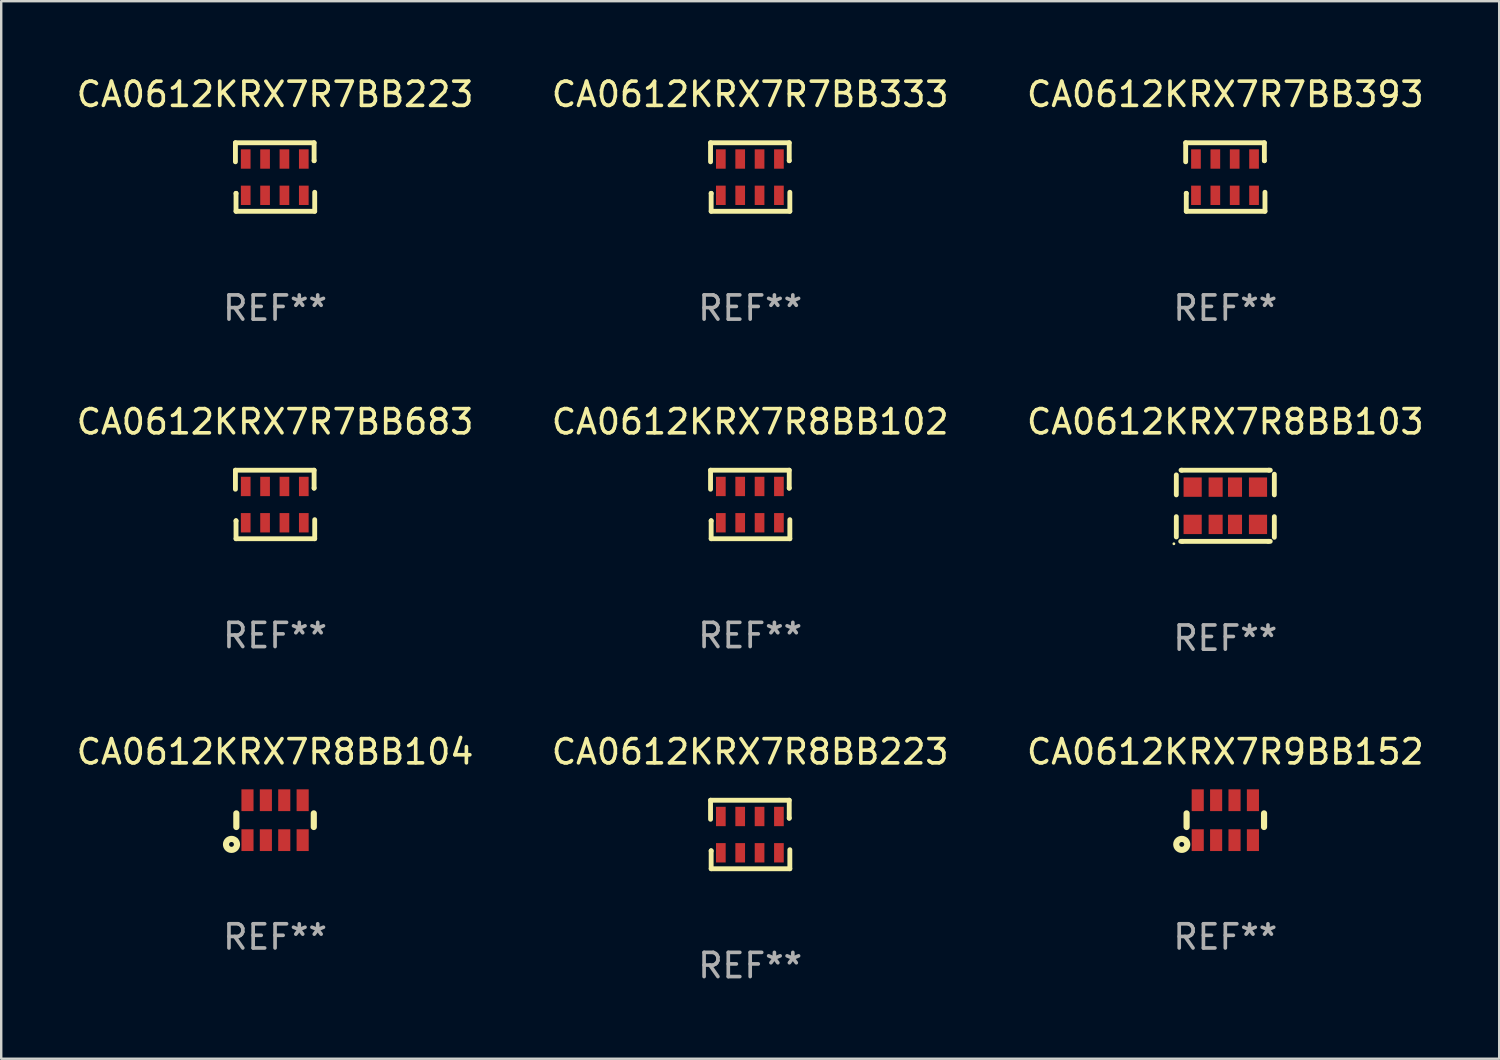
<source format=kicad_pcb>
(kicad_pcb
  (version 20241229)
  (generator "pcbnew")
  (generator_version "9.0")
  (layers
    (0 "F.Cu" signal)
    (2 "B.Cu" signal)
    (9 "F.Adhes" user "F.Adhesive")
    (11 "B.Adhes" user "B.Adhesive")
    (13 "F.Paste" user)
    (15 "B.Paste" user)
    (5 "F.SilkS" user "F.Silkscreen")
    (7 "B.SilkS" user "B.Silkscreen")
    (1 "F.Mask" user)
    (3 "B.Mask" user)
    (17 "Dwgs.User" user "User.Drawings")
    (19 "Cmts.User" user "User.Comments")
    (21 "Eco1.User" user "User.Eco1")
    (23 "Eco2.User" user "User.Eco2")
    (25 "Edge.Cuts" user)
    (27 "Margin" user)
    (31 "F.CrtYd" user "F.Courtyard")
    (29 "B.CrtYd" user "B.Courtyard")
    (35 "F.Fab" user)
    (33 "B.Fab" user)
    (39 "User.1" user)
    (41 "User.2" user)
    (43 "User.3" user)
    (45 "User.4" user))
  (footprint "CA0612KRX7R8BB104"
    (layer "F.Cu")
    (at 8.315 30.838)
    (property "Reference" "CA0612KRX7R8BB104" (at 0 -2.825 0) (layer "F.SilkS") (effects (font (size 1 1) (thickness 0.15))))
    (attr through_hole)
    (fp_line (start -1.6 -0.282) (end -1.6 0.282) (stroke (width 0.254) (type solid)) (layer "F.SilkS"))
    (fp_line (start 1.6 -0.282) (end 1.6 0.282) (stroke (width 0.254) (type solid)) (layer "F.SilkS"))
    (fp_circle (center -1.8 1) (end -1.7 1) (stroke (width 0.254) (type solid)) (fill no) (layer "F.SilkS"))
    (fp_circle (center -1.6 0.8) (end -1.57 0.8) (stroke (width 0.06) (type solid)) (fill no) (layer "F.SilkS"))
    (fp_text user "REF**" (at 0 4.825 0) (layer "F.Fab") (effects (font (size 1 1) (thickness 0.15))))
    (pad "1" smd rect (at -1.14 0.825 90) (size 0.9 0.5) (layers "F.Cu" "F.Mask" "F.Paste"))
    (pad "2" smd rect (at -0.38 0.825 90) (size 0.9 0.5) (layers "F.Cu" "F.Mask" "F.Paste"))
    (pad "3" smd rect (at 0.38 0.825 90) (size 0.9 0.5) (layers "F.Cu" "F.Mask" "F.Paste"))
    (pad "4" smd rect (at 1.14 0.825 90) (size 0.9 0.5) (layers "F.Cu" "F.Mask" "F.Paste"))
    (pad "5" smd rect (at 1.14 -0.825 90) (size 0.9 0.5) (layers "F.Cu" "F.Mask" "F.Paste"))
    (pad "6" smd rect (at 0.38 -0.825 90) (size 0.9 0.5) (layers "F.Cu" "F.Mask" "F.Paste"))
    (pad "7" smd rect (at -0.38 -0.825 90) (size 0.9 0.5) (layers "F.Cu" "F.Mask" "F.Paste"))
    (pad "8" smd rect (at -1.14 -0.825 90) (size 0.9 0.5) (layers "F.Cu" "F.Mask" "F.Paste")))
  (footprint "CA0612KRX7R7BB683"
    (layer "F.Cu")
    (at 8.315 17.793)
    (property "Reference" "CA0612KRX7R7BB683" (at 0 -3.416 0) (layer "F.SilkS") (effects (font (size 1 1) (thickness 0.15))))
    (attr through_hole)
    (fp_line (start -1.638 -1.416) (end 1.613 -1.416) (stroke (width 0.2) (type solid)) (layer "F.SilkS"))
    (fp_line (start -1.638 -0.629) (end -1.638 -1.416) (stroke (width 0.2) (type solid)) (layer "F.SilkS"))
    (fp_line (start -1.613 0.673) (end -1.613 0.68) (stroke (width 0.2) (type solid)) (layer "F.SilkS"))
    (fp_line (start -1.613 1.416) (end -1.613 0.673) (stroke (width 0.2) (type solid)) (layer "F.SilkS"))
    (fp_line (start 1.613 -1.416) (end 1.613 -0.673) (stroke (width 0.2) (type solid)) (layer "F.SilkS"))
    (fp_line (start 1.613 -0.673) (end 1.613 -0.68) (stroke (width 0.2) (type solid)) (layer "F.SilkS"))
    (fp_line (start 1.638 0.629) (end 1.638 1.416) (stroke (width 0.2) (type solid)) (layer "F.SilkS"))
    (fp_line (start 1.638 1.416) (end -1.613 1.416) (stroke (width 0.2) (type solid)) (layer "F.SilkS"))
    (fp_circle (center -1.613 0.806) (end -1.583 0.806) (stroke (width 0.06) (type solid)) (fill no) (layer "F.SilkS"))
    (fp_text user "REF**" (at 0 5.416 0) (layer "F.Fab") (effects (font (size 1 1) (thickness 0.15))))
    (pad "1" smd rect (at -1.213 0.756 90) (size 0.8 0.4) (layers "F.Cu" "F.Mask" "F.Paste"))
    (pad "2" smd rect (at -0.413 0.756 90) (size 0.8 0.4) (layers "F.Cu" "F.Mask" "F.Paste"))
    (pad "3" smd rect (at 0.387 0.756 90) (size 0.8 0.4) (layers "F.Cu" "F.Mask" "F.Paste"))
    (pad "4" smd rect (at 1.187 0.756 90) (size 0.8 0.4) (layers "F.Cu" "F.Mask" "F.Paste"))
    (pad "5" smd rect (at 1.187 -0.744 90) (size 0.8 0.4) (layers "F.Cu" "F.Mask" "F.Paste"))
    (pad "6" smd rect (at 0.387 -0.744 90) (size 0.8 0.4) (layers "F.Cu" "F.Mask" "F.Paste"))
    (pad "7" smd rect (at -0.413 -0.744 90) (size 0.8 0.4) (layers "F.Cu" "F.Mask" "F.Paste"))
    (pad "8" smd rect (at -1.213 -0.744 90) (size 0.8 0.4) (layers "F.Cu" "F.Mask" "F.Paste")))
  (footprint "CA0612KRX7R7BB223"
    (layer "F.Cu")
    (at 8.315 4.264)
    (property "Reference" "CA0612KRX7R7BB223" (at 0 -3.416 0) (layer "F.SilkS") (effects (font (size 1 1) (thickness 0.15))))
    (attr through_hole)
    (fp_line (start -1.638 -1.416) (end 1.613 -1.416) (stroke (width 0.2) (type solid)) (layer "F.SilkS"))
    (fp_line (start -1.638 -0.629) (end -1.638 -1.416) (stroke (width 0.2) (type solid)) (layer "F.SilkS"))
    (fp_line (start -1.613 0.673) (end -1.613 0.68) (stroke (width 0.2) (type solid)) (layer "F.SilkS"))
    (fp_line (start -1.613 1.416) (end -1.613 0.673) (stroke (width 0.2) (type solid)) (layer "F.SilkS"))
    (fp_line (start 1.613 -1.416) (end 1.613 -0.673) (stroke (width 0.2) (type solid)) (layer "F.SilkS"))
    (fp_line (start 1.613 -0.673) (end 1.613 -0.68) (stroke (width 0.2) (type solid)) (layer "F.SilkS"))
    (fp_line (start 1.638 0.629) (end 1.638 1.416) (stroke (width 0.2) (type solid)) (layer "F.SilkS"))
    (fp_line (start 1.638 1.416) (end -1.613 1.416) (stroke (width 0.2) (type solid)) (layer "F.SilkS"))
    (fp_circle (center -1.613 0.806) (end -1.583 0.806) (stroke (width 0.06) (type solid)) (fill no) (layer "F.SilkS"))
    (fp_text user "REF**" (at 0 5.416 0) (layer "F.Fab") (effects (font (size 1 1) (thickness 0.15))))
    (pad "1" smd rect (at -1.213 0.756 90) (size 0.8 0.4) (layers "F.Cu" "F.Mask" "F.Paste"))
    (pad "2" smd rect (at -0.413 0.756 90) (size 0.8 0.4) (layers "F.Cu" "F.Mask" "F.Paste"))
    (pad "3" smd rect (at 0.387 0.756 90) (size 0.8 0.4) (layers "F.Cu" "F.Mask" "F.Paste"))
    (pad "4" smd rect (at 1.187 0.756 90) (size 0.8 0.4) (layers "F.Cu" "F.Mask" "F.Paste"))
    (pad "5" smd rect (at 1.187 -0.744 90) (size 0.8 0.4) (layers "F.Cu" "F.Mask" "F.Paste"))
    (pad "6" smd rect (at 0.387 -0.744 90) (size 0.8 0.4) (layers "F.Cu" "F.Mask" "F.Paste"))
    (pad "7" smd rect (at -0.413 -0.744 90) (size 0.8 0.4) (layers "F.Cu" "F.Mask" "F.Paste"))
    (pad "8" smd rect (at -1.213 -0.744 90) (size 0.8 0.4) (layers "F.Cu" "F.Mask" "F.Paste")))
  (footprint "CA0612KRX7R8BB223"
    (layer "F.Cu")
    (at 27.946 31.429)
    (property "Reference" "CA0612KRX7R8BB223" (at 0 -3.416 0) (layer "F.SilkS") (effects (font (size 1 1) (thickness 0.15))))
    (attr through_hole)
    (fp_line (start -1.638 -1.416) (end 1.613 -1.416) (stroke (width 0.2) (type solid)) (layer "F.SilkS"))
    (fp_line (start -1.638 -0.629) (end -1.638 -1.416) (stroke (width 0.2) (type solid)) (layer "F.SilkS"))
    (fp_line (start -1.613 0.673) (end -1.613 0.68) (stroke (width 0.2) (type solid)) (layer "F.SilkS"))
    (fp_line (start -1.613 1.416) (end -1.613 0.673) (stroke (width 0.2) (type solid)) (layer "F.SilkS"))
    (fp_line (start 1.613 -1.416) (end 1.613 -0.673) (stroke (width 0.2) (type solid)) (layer "F.SilkS"))
    (fp_line (start 1.613 -0.673) (end 1.613 -0.68) (stroke (width 0.2) (type solid)) (layer "F.SilkS"))
    (fp_line (start 1.638 0.629) (end 1.638 1.416) (stroke (width 0.2) (type solid)) (layer "F.SilkS"))
    (fp_line (start 1.638 1.416) (end -1.613 1.416) (stroke (width 0.2) (type solid)) (layer "F.SilkS"))
    (fp_circle (center -1.613 0.806) (end -1.583 0.806) (stroke (width 0.06) (type solid)) (fill no) (layer "F.SilkS"))
    (fp_text user "REF**" (at 0 5.416 0) (layer "F.Fab") (effects (font (size 1 1) (thickness 0.15))))
    (pad "1" smd rect (at -1.213 0.756 90) (size 0.8 0.4) (layers "F.Cu" "F.Mask" "F.Paste"))
    (pad "2" smd rect (at -0.413 0.756 90) (size 0.8 0.4) (layers "F.Cu" "F.Mask" "F.Paste"))
    (pad "3" smd rect (at 0.387 0.756 90) (size 0.8 0.4) (layers "F.Cu" "F.Mask" "F.Paste"))
    (pad "4" smd rect (at 1.187 0.756 90) (size 0.8 0.4) (layers "F.Cu" "F.Mask" "F.Paste"))
    (pad "5" smd rect (at 1.187 -0.744 90) (size 0.8 0.4) (layers "F.Cu" "F.Mask" "F.Paste"))
    (pad "6" smd rect (at 0.387 -0.744 90) (size 0.8 0.4) (layers "F.Cu" "F.Mask" "F.Paste"))
    (pad "7" smd rect (at -0.413 -0.744 90) (size 0.8 0.4) (layers "F.Cu" "F.Mask" "F.Paste"))
    (pad "8" smd rect (at -1.213 -0.744 90) (size 0.8 0.4) (layers "F.Cu" "F.Mask" "F.Paste")))
  (footprint "CA0612KRX7R8BB102"
    (layer "F.Cu")
    (at 27.946 17.793)
    (property "Reference" "CA0612KRX7R8BB102" (at 0 -3.416 0) (layer "F.SilkS") (effects (font (size 1 1) (thickness 0.15))))
    (attr through_hole)
    (fp_line (start -1.638 -1.416) (end 1.613 -1.416) (stroke (width 0.2) (type solid)) (layer "F.SilkS"))
    (fp_line (start -1.638 -0.629) (end -1.638 -1.416) (stroke (width 0.2) (type solid)) (layer "F.SilkS"))
    (fp_line (start -1.613 0.673) (end -1.613 0.68) (stroke (width 0.2) (type solid)) (layer "F.SilkS"))
    (fp_line (start -1.613 1.416) (end -1.613 0.673) (stroke (width 0.2) (type solid)) (layer "F.SilkS"))
    (fp_line (start 1.613 -1.416) (end 1.613 -0.673) (stroke (width 0.2) (type solid)) (layer "F.SilkS"))
    (fp_line (start 1.613 -0.673) (end 1.613 -0.68) (stroke (width 0.2) (type solid)) (layer "F.SilkS"))
    (fp_line (start 1.638 0.629) (end 1.638 1.416) (stroke (width 0.2) (type solid)) (layer "F.SilkS"))
    (fp_line (start 1.638 1.416) (end -1.613 1.416) (stroke (width 0.2) (type solid)) (layer "F.SilkS"))
    (fp_circle (center -1.613 0.806) (end -1.583 0.806) (stroke (width 0.06) (type solid)) (fill no) (layer "F.SilkS"))
    (fp_text user "REF**" (at 0 5.416 0) (layer "F.Fab") (effects (font (size 1 1) (thickness 0.15))))
    (pad "1" smd rect (at -1.213 0.756 90) (size 0.8 0.4) (layers "F.Cu" "F.Mask" "F.Paste"))
    (pad "2" smd rect (at -0.413 0.756 90) (size 0.8 0.4) (layers "F.Cu" "F.Mask" "F.Paste"))
    (pad "3" smd rect (at 0.387 0.756 90) (size 0.8 0.4) (layers "F.Cu" "F.Mask" "F.Paste"))
    (pad "4" smd rect (at 1.187 0.756 90) (size 0.8 0.4) (layers "F.Cu" "F.Mask" "F.Paste"))
    (pad "5" smd rect (at 1.187 -0.744 90) (size 0.8 0.4) (layers "F.Cu" "F.Mask" "F.Paste"))
    (pad "6" smd rect (at 0.387 -0.744 90) (size 0.8 0.4) (layers "F.Cu" "F.Mask" "F.Paste"))
    (pad "7" smd rect (at -0.413 -0.744 90) (size 0.8 0.4) (layers "F.Cu" "F.Mask" "F.Paste"))
    (pad "8" smd rect (at -1.213 -0.744 90) (size 0.8 0.4) (layers "F.Cu" "F.Mask" "F.Paste")))
  (footprint "CA0612KRX7R9BB152"
    (layer "F.Cu")
    (at 47.577 30.838)
    (property "Reference" "CA0612KRX7R9BB152" (at 0 -2.825 0) (layer "F.SilkS") (effects (font (size 1 1) (thickness 0.15))))
    (attr through_hole)
    (fp_line (start -1.6 -0.282) (end -1.6 0.282) (stroke (width 0.254) (type solid)) (layer "F.SilkS"))
    (fp_line (start 1.6 -0.282) (end 1.6 0.282) (stroke (width 0.254) (type solid)) (layer "F.SilkS"))
    (fp_circle (center -1.8 1) (end -1.7 1) (stroke (width 0.254) (type solid)) (fill no) (layer "F.SilkS"))
    (fp_circle (center -1.6 0.8) (end -1.57 0.8) (stroke (width 0.06) (type solid)) (fill no) (layer "F.SilkS"))
    (fp_text user "REF**" (at 0 4.825 0) (layer "F.Fab") (effects (font (size 1 1) (thickness 0.15))))
    (pad "1" smd rect (at -1.14 0.825 90) (size 0.9 0.5) (layers "F.Cu" "F.Mask" "F.Paste"))
    (pad "2" smd rect (at -0.38 0.825 90) (size 0.9 0.5) (layers "F.Cu" "F.Mask" "F.Paste"))
    (pad "3" smd rect (at 0.38 0.825 90) (size 0.9 0.5) (layers "F.Cu" "F.Mask" "F.Paste"))
    (pad "4" smd rect (at 1.14 0.825 90) (size 0.9 0.5) (layers "F.Cu" "F.Mask" "F.Paste"))
    (pad "5" smd rect (at 1.14 -0.825 90) (size 0.9 0.5) (layers "F.Cu" "F.Mask" "F.Paste"))
    (pad "6" smd rect (at 0.38 -0.825 90) (size 0.9 0.5) (layers "F.Cu" "F.Mask" "F.Paste"))
    (pad "7" smd rect (at -0.38 -0.825 90) (size 0.9 0.5) (layers "F.Cu" "F.Mask" "F.Paste"))
    (pad "8" smd rect (at -1.14 -0.825 90) (size 0.9 0.5) (layers "F.Cu" "F.Mask" "F.Paste")))
  (footprint "CA0612KRX7R8BB103"
    (layer "F.Cu")
    (at 47.577 17.847)
    (property "Reference" "CA0612KRX7R8BB103" (at 0 -3.47 0) (layer "F.SilkS") (effects (font (size 1 1) (thickness 0.15))))
    (attr through_hole)
    (fp_line (start -2.025 -0.45) (end -2.025 -1.276) (stroke (width 0.2) (type solid)) (layer "F.SilkS"))
    (fp_line (start -2.025 0.45) (end -2.025 1.289) (stroke (width 0.2) (type solid)) (layer "F.SilkS"))
    (fp_line (start -1.844 1.47) (end -1.775 1.47) (stroke (width 0.2) (type solid)) (layer "F.SilkS"))
    (fp_line (start -1.831 -1.47) (end -1.801 -1.47) (stroke (width 0.2) (type solid)) (layer "F.SilkS"))
    (fp_line (start -1.801 -1.47) (end 1.802 -1.47) (stroke (width 0.2) (type solid)) (layer "F.SilkS"))
    (fp_line (start -1.775 1.47) (end 1.774 1.47) (stroke (width 0.2) (type solid)) (layer "F.SilkS"))
    (fp_line (start 1.774 1.47) (end 1.857 1.47) (stroke (width 0.2) (type solid)) (layer "F.SilkS"))
    (fp_line (start 1.802 -1.47) (end 1.859 -1.47) (stroke (width 0.2) (type solid)) (layer "F.SilkS"))
    (fp_line (start 2.025 -1.304) (end 2.025 -0.45) (stroke (width 0.2) (type solid)) (layer "F.SilkS"))
    (fp_line (start 2.025 1.302) (end 2.025 0.45) (stroke (width 0.2) (type solid)) (layer "F.SilkS"))
    (fp_circle (center -2.125 1.57) (end -2.095 1.57) (stroke (width 0.06) (type solid)) (fill no) (layer "F.SilkS"))
    (fp_text user "REF**" (at 0 5.47 0) (layer "F.Fab") (effects (font (size 1 1) (thickness 0.15))))
    (pad "1" smd rect (at -1.35 0.77 90) (size 0.8 0.75) (layers "F.Cu" "F.Mask" "F.Paste"))
    (pad "2" smd rect (at -0.4 0.77 90) (size 0.8 0.58) (layers "F.Cu" "F.Mask" "F.Paste"))
    (pad "3" smd rect (at 0.4 0.77 90) (size 0.8 0.58) (layers "F.Cu" "F.Mask" "F.Paste"))
    (pad "4" smd rect (at 1.35 0.77 90) (size 0.8 0.75) (layers "F.Cu" "F.Mask" "F.Paste"))
    (pad "5" smd rect (at 1.35 -0.77 90) (size 0.8 0.75) (layers "F.Cu" "F.Mask" "F.Paste"))
    (pad "6" smd rect (at 0.4 -0.77 90) (size 0.8 0.58) (layers "F.Cu" "F.Mask" "F.Paste"))
    (pad "7" smd rect (at -0.4 -0.77 90) (size 0.8 0.58) (layers "F.Cu" "F.Mask" "F.Paste"))
    (pad "8" smd rect (at -1.35 -0.77 90) (size 0.8 0.75) (layers "F.Cu" "F.Mask" "F.Paste")))
  (footprint "CA0612KRX7R7BB333"
    (layer "F.Cu")
    (at 27.946 4.264)
    (property "Reference" "CA0612KRX7R7BB333" (at 0 -3.416 0) (layer "F.SilkS") (effects (font (size 1 1) (thickness 0.15))))
    (attr through_hole)
    (fp_line (start -1.638 -1.416) (end 1.613 -1.416) (stroke (width 0.2) (type solid)) (layer "F.SilkS"))
    (fp_line (start -1.638 -0.629) (end -1.638 -1.416) (stroke (width 0.2) (type solid)) (layer "F.SilkS"))
    (fp_line (start -1.613 0.673) (end -1.613 0.68) (stroke (width 0.2) (type solid)) (layer "F.SilkS"))
    (fp_line (start -1.613 1.416) (end -1.613 0.673) (stroke (width 0.2) (type solid)) (layer "F.SilkS"))
    (fp_line (start 1.613 -1.416) (end 1.613 -0.673) (stroke (width 0.2) (type solid)) (layer "F.SilkS"))
    (fp_line (start 1.613 -0.673) (end 1.613 -0.68) (stroke (width 0.2) (type solid)) (layer "F.SilkS"))
    (fp_line (start 1.638 0.629) (end 1.638 1.416) (stroke (width 0.2) (type solid)) (layer "F.SilkS"))
    (fp_line (start 1.638 1.416) (end -1.613 1.416) (stroke (width 0.2) (type solid)) (layer "F.SilkS"))
    (fp_circle (center -1.613 0.806) (end -1.583 0.806) (stroke (width 0.06) (type solid)) (fill no) (layer "F.SilkS"))
    (fp_text user "REF**" (at 0 5.416 0) (layer "F.Fab") (effects (font (size 1 1) (thickness 0.15))))
    (pad "1" smd rect (at -1.213 0.756 90) (size 0.8 0.4) (layers "F.Cu" "F.Mask" "F.Paste"))
    (pad "2" smd rect (at -0.413 0.756 90) (size 0.8 0.4) (layers "F.Cu" "F.Mask" "F.Paste"))
    (pad "3" smd rect (at 0.387 0.756 90) (size 0.8 0.4) (layers "F.Cu" "F.Mask" "F.Paste"))
    (pad "4" smd rect (at 1.187 0.756 90) (size 0.8 0.4) (layers "F.Cu" "F.Mask" "F.Paste"))
    (pad "5" smd rect (at 1.187 -0.744 90) (size 0.8 0.4) (layers "F.Cu" "F.Mask" "F.Paste"))
    (pad "6" smd rect (at 0.387 -0.744 90) (size 0.8 0.4) (layers "F.Cu" "F.Mask" "F.Paste"))
    (pad "7" smd rect (at -0.413 -0.744 90) (size 0.8 0.4) (layers "F.Cu" "F.Mask" "F.Paste"))
    (pad "8" smd rect (at -1.213 -0.744 90) (size 0.8 0.4) (layers "F.Cu" "F.Mask" "F.Paste")))
  (footprint "CA0612KRX7R7BB393"
    (layer "F.Cu")
    (at 47.577 4.264)
    (property "Reference" "CA0612KRX7R7BB393" (at 0 -3.416 0) (layer "F.SilkS") (effects (font (size 1 1) (thickness 0.15))))
    (attr through_hole)
    (fp_line (start -1.638 -1.416) (end 1.613 -1.416) (stroke (width 0.2) (type solid)) (layer "F.SilkS"))
    (fp_line (start -1.638 -0.629) (end -1.638 -1.416) (stroke (width 0.2) (type solid)) (layer "F.SilkS"))
    (fp_line (start -1.613 0.673) (end -1.613 0.68) (stroke (width 0.2) (type solid)) (layer "F.SilkS"))
    (fp_line (start -1.613 1.416) (end -1.613 0.673) (stroke (width 0.2) (type solid)) (layer "F.SilkS"))
    (fp_line (start 1.613 -1.416) (end 1.613 -0.673) (stroke (width 0.2) (type solid)) (layer "F.SilkS"))
    (fp_line (start 1.613 -0.673) (end 1.613 -0.68) (stroke (width 0.2) (type solid)) (layer "F.SilkS"))
    (fp_line (start 1.638 0.629) (end 1.638 1.416) (stroke (width 0.2) (type solid)) (layer "F.SilkS"))
    (fp_line (start 1.638 1.416) (end -1.613 1.416) (stroke (width 0.2) (type solid)) (layer "F.SilkS"))
    (fp_circle (center -1.613 0.806) (end -1.583 0.806) (stroke (width 0.06) (type solid)) (fill no) (layer "F.SilkS"))
    (fp_text user "REF**" (at 0 5.416 0) (layer "F.Fab") (effects (font (size 1 1) (thickness 0.15))))
    (pad "1" smd rect (at -1.213 0.756 90) (size 0.8 0.4) (layers "F.Cu" "F.Mask" "F.Paste"))
    (pad "2" smd rect (at -0.413 0.756 90) (size 0.8 0.4) (layers "F.Cu" "F.Mask" "F.Paste"))
    (pad "3" smd rect (at 0.387 0.756 90) (size 0.8 0.4) (layers "F.Cu" "F.Mask" "F.Paste"))
    (pad "4" smd rect (at 1.187 0.756 90) (size 0.8 0.4) (layers "F.Cu" "F.Mask" "F.Paste"))
    (pad "5" smd rect (at 1.187 -0.744 90) (size 0.8 0.4) (layers "F.Cu" "F.Mask" "F.Paste"))
    (pad "6" smd rect (at 0.387 -0.744 90) (size 0.8 0.4) (layers "F.Cu" "F.Mask" "F.Paste"))
    (pad "7" smd rect (at -0.413 -0.744 90) (size 0.8 0.4) (layers "F.Cu" "F.Mask" "F.Paste"))
    (pad "8" smd rect (at -1.213 -0.744 90) (size 0.8 0.4) (layers "F.Cu" "F.Mask" "F.Paste")))
  (gr_rect
    (start -3 -3)
    (end 58.893 40.694)
    (stroke (width 0.1) (type default))
    (fill no)
    (layer "Edge.Cuts")))
</source>
